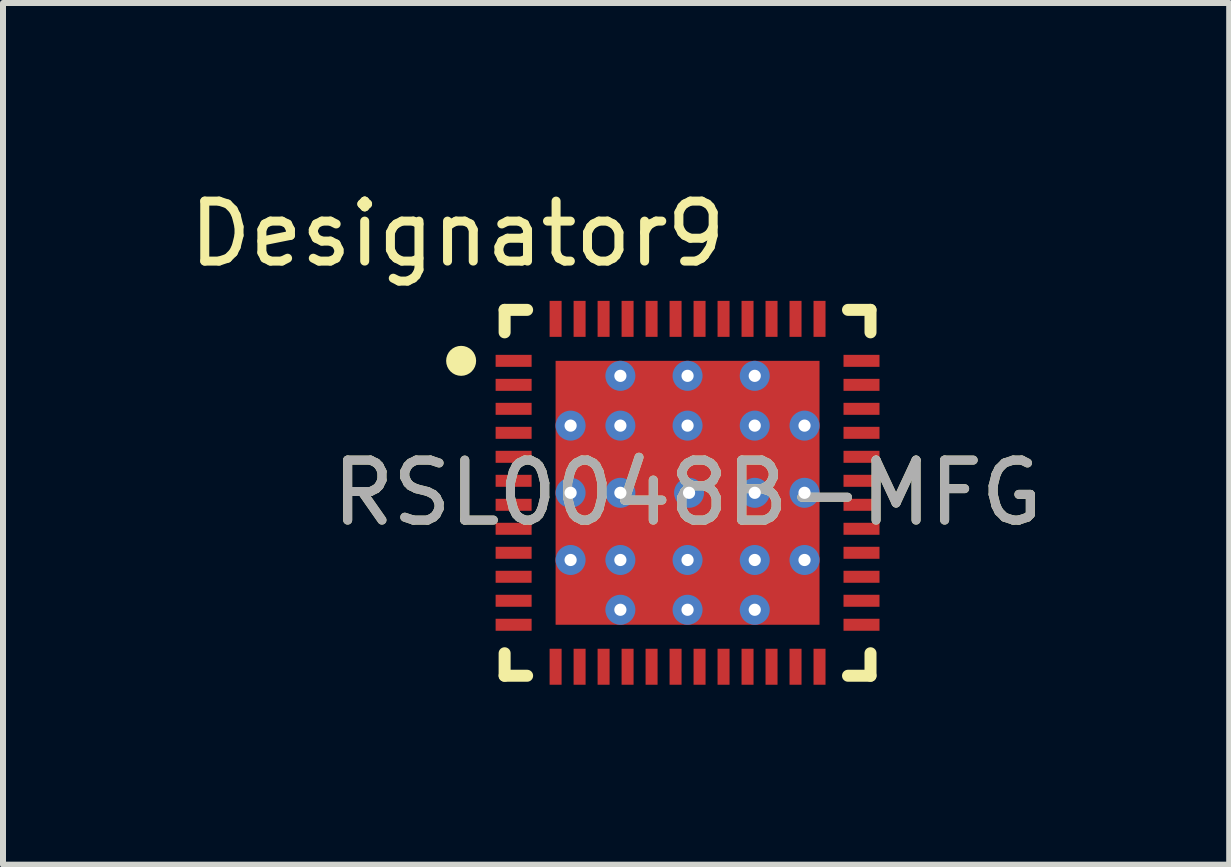
<source format=kicad_pcb>
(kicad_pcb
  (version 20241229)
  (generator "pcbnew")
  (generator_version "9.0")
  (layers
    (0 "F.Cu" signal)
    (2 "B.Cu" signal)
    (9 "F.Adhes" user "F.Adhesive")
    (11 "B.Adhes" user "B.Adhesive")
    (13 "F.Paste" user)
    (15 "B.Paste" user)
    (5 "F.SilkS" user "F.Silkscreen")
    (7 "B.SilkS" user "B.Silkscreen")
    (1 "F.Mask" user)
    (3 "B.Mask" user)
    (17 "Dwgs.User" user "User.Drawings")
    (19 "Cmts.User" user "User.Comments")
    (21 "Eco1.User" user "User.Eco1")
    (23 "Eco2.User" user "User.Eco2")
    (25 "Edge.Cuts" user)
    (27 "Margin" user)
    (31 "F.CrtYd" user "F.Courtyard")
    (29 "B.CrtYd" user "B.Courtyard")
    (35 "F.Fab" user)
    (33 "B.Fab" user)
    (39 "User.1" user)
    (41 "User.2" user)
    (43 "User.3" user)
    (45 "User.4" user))
  (footprint "RSL0048B-MFG"
    (layer "F.Cu")
    (at 8.413 5.166)
    (property "Reference" "RSL0048B-MFG" (at 0 0 0) (unlocked yes) (layer "F.SilkS") (effects (font (size 1 1) (thickness 0.15))))
    (attr smd)
    (fp_line (start -3.05 -3.05) (end -2.675 -3.05) (stroke (width 0.2) (type solid)) (layer "F.SilkS"))
    (fp_line (start -3.05 -2.675) (end -3.05 -3.05) (stroke (width 0.2) (type solid)) (layer "F.SilkS"))
    (fp_line (start -3.05 3.05) (end -3.05 2.675) (stroke (width 0.2) (type solid)) (layer "F.SilkS"))
    (fp_line (start -3.05 3.05) (end -2.675 3.05) (stroke (width 0.2) (type solid)) (layer "F.SilkS"))
    (fp_line (start 2.675 -3.05) (end 3.05 -3.05) (stroke (width 0.2) (type solid)) (layer "F.SilkS"))
    (fp_line (start 2.675 3.05) (end 3.05 3.05) (stroke (width 0.2) (type solid)) (layer "F.SilkS"))
    (fp_line (start 3.05 -2.675) (end 3.05 -3.05) (stroke (width 0.2) (type solid)) (layer "F.SilkS"))
    (fp_line (start 3.05 3.05) (end 3.05 2.675) (stroke (width 0.2) (type solid)) (layer "F.SilkS"))
    (fp_circle (center -3.775 -2.2) (end -3.65 -2.2) (stroke (width 0.25) (type solid)) (fill no) (layer "F.SilkS"))
    (fp_poly (pts (xy -2.09 -0.1) (xy -2.14 -0.15) (xy -2.14 -0.97) (xy -2.09 -1.02) (xy -1.27 -1.02) (xy -1.22 -0.97) (xy -1.22 -0.15) (xy -1.27 -0.1)) (stroke (width 0) (type solid)) (fill yes) (layer "F.Paste"))
    (fp_poly (pts (xy -1.27 -2.14) (xy -1.22 -2.09) (xy -1.22 -1.27) (xy -1.27 -1.22) (xy -2.09 -1.22) (xy -2.14 -1.27) (xy -2.14 -2.09) (xy -2.09 -2.14)) (stroke (width 0) (type solid)) (fill yes) (layer "F.Paste"))
    (fp_poly (pts (xy -1.27 1.02) (xy -2.09 1.02) (xy -2.14 0.97) (xy -2.14 0.15) (xy -2.09 0.1) (xy -1.27 0.1) (xy -1.22 0.15) (xy -1.22 0.97)) (stroke (width 0) (type solid)) (fill yes) (layer "F.Paste"))
    (fp_poly (pts (xy -1.22 1.27) (xy -1.22 2.09) (xy -1.27 2.14) (xy -2.09 2.14) (xy -2.14 2.09) (xy -2.14 1.27) (xy -2.09 1.22) (xy -1.27 1.22)) (stroke (width 0) (type solid)) (fill yes) (layer "F.Paste"))
    (fp_poly (pts (xy -0.15 -2.14) (xy -0.1 -2.09) (xy -0.1 -1.27) (xy -0.15 -1.22) (xy -0.97 -1.22) (xy -1.02 -1.27) (xy -1.02 -2.09) (xy -0.97 -2.14)) (stroke (width 0) (type solid)) (fill yes) (layer "F.Paste"))
    (fp_poly (pts (xy -0.15 1.22) (xy -0.1 1.27) (xy -0.1 2.09) (xy -0.15 2.14) (xy -0.97 2.14) (xy -1.02 2.09) (xy -1.02 1.27) (xy -0.97 1.22)) (stroke (width 0) (type solid)) (fill yes) (layer "F.Paste"))
    (fp_poly (pts (xy -0.1 -0.15) (xy -0.15 -0.1) (xy -0.97 -0.1) (xy -1.02 -0.15) (xy -1.02 -0.97) (xy -0.97 -1.02) (xy -0.15 -1.02) (xy -0.1 -0.97)) (stroke (width 0) (type solid)) (fill yes) (layer "F.Paste"))
    (fp_poly (pts (xy -0.1 0.15) (xy -0.1 0.97) (xy -0.15 1.02) (xy -0.97 1.02) (xy -1.02 0.97) (xy -1.02 0.15) (xy -0.97 0.1) (xy -0.15 0.1)) (stroke (width 0) (type solid)) (fill yes) (layer "F.Paste"))
    (fp_poly (pts (xy 0.15 2.14) (xy 0.1 2.09) (xy 0.1 1.27) (xy 0.15 1.22) (xy 0.97 1.22) (xy 1.02 1.27) (xy 1.02 2.09) (xy 0.97 2.14)) (stroke (width 0) (type solid)) (fill yes) (layer "F.Paste"))
    (fp_poly (pts (xy 0.97 -1.22) (xy 0.15 -1.22) (xy 0.1 -1.27) (xy 0.1 -2.09) (xy 0.15 -2.14) (xy 0.97 -2.14) (xy 1.02 -2.09) (xy 1.02 -1.27)) (stroke (width 0) (type solid)) (fill yes) (layer "F.Paste"))
    (fp_poly (pts (xy 0.97 0.1) (xy 1.02 0.15) (xy 1.02 0.97) (xy 0.97 1.02) (xy 0.15 1.02) (xy 0.1 0.97) (xy 0.1 0.15) (xy 0.15 0.1)) (stroke (width 0) (type solid)) (fill yes) (layer "F.Paste"))
    (fp_poly (pts (xy 1.02 -0.97) (xy 1.02 -0.15) (xy 0.97 -0.1) (xy 0.15 -0.1) (xy 0.1 -0.15) (xy 0.1 -0.97) (xy 0.15 -1.02) (xy 0.97 -1.02)) (stroke (width 0) (type solid)) (fill yes) (layer "F.Paste"))
    (fp_poly (pts (xy 2.09 -1.02) (xy 2.14 -0.97) (xy 2.14 -0.15) (xy 2.09 -0.1) (xy 1.27 -0.1) (xy 1.22 -0.15) (xy 1.22 -0.97) (xy 1.27 -1.02)) (stroke (width 0) (type solid)) (fill yes) (layer "F.Paste"))
    (fp_poly (pts (xy 2.09 0.1) (xy 2.14 0.15) (xy 2.14 0.97) (xy 2.09 1.02) (xy 1.27 1.02) (xy 1.22 0.97) (xy 1.22 0.15) (xy 1.27 0.1)) (stroke (width 0) (type solid)) (fill yes) (layer "F.Paste"))
    (fp_poly (pts (xy 2.14 -2.09) (xy 2.14 -1.27) (xy 2.09 -1.22) (xy 1.27 -1.22) (xy 1.22 -1.27) (xy 1.22 -2.09) (xy 1.27 -2.14) (xy 2.09 -2.14)) (stroke (width 0) (type solid)) (fill yes) (layer "F.Paste"))
    (fp_poly (pts (xy 2.14 2.09) (xy 2.09 2.14) (xy 1.27 2.14) (xy 1.22 2.09) (xy 1.22 1.27) (xy 1.27 1.22) (xy 2.09 1.22) (xy 2.14 1.27)) (stroke (width 0) (type solid)) (fill yes) (layer "F.Paste"))
    (fp_text user "Designator9" (at -3.835 -4.318 0) (unlocked yes) (layer "F.SilkS") (effects (font (size 1 1) (thickness 0.15))))
    (fp_text user "${REFERENCE}" (at 0 0 0) (unlocked yes) (layer "F.Fab") (effects (font (size 1 1) (thickness 0.15))))
    (pad "1" smd rect (at -2.9 -2.2 90) (size 0.2 0.6) (layers "F.Cu" "F.Mask" "F.Paste"))
    (pad "2" smd rect (at -2.9 -1.8 90) (size 0.2 0.6) (layers "F.Cu" "F.Mask" "F.Paste"))
    (pad "3" smd rect (at -2.9 -1.4 90) (size 0.2 0.6) (layers "F.Cu" "F.Mask" "F.Paste"))
    (pad "4" smd rect (at -2.9 -1 90) (size 0.2 0.6) (layers "F.Cu" "F.Mask" "F.Paste"))
    (pad "5" smd rect (at -2.9 -0.6 90) (size 0.2 0.6) (layers "F.Cu" "F.Mask" "F.Paste"))
    (pad "6" smd rect (at -2.9 -0.2 90) (size 0.2 0.6) (layers "F.Cu" "F.Mask" "F.Paste"))
    (pad "7" smd rect (at -2.9 0.2 90) (size 0.2 0.6) (layers "F.Cu" "F.Mask" "F.Paste"))
    (pad "8" smd rect (at -2.9 0.6 90) (size 0.2 0.6) (layers "F.Cu" "F.Mask" "F.Paste"))
    (pad "9" smd rect (at -2.9 1 90) (size 0.2 0.6) (layers "F.Cu" "F.Mask" "F.Paste"))
    (pad "10" smd rect (at -2.9 1.4 90) (size 0.2 0.6) (layers "F.Cu" "F.Mask" "F.Paste"))
    (pad "11" smd rect (at -2.9 1.8 90) (size 0.2 0.6) (layers "F.Cu" "F.Mask" "F.Paste"))
    (pad "12" smd rect (at -2.9 2.2 90) (size 0.2 0.6) (layers "F.Cu" "F.Mask" "F.Paste"))
    (pad "13" smd rect (at -2.2 2.9) (size 0.2 0.6) (layers "F.Cu" "F.Mask" "F.Paste"))
    (pad "14" smd rect (at -1.8 2.9) (size 0.2 0.6) (layers "F.Cu" "F.Mask" "F.Paste"))
    (pad "15" smd rect (at -1.4 2.9) (size 0.2 0.6) (layers "F.Cu" "F.Mask" "F.Paste"))
    (pad "16" smd rect (at -1 2.9) (size 0.2 0.6) (layers "F.Cu" "F.Mask" "F.Paste"))
    (pad "17" smd rect (at -0.6 2.9) (size 0.2 0.6) (layers "F.Cu" "F.Mask" "F.Paste"))
    (pad "18" smd rect (at -0.2 2.9) (size 0.2 0.6) (layers "F.Cu" "F.Mask" "F.Paste"))
    (pad "19" smd rect (at 0.2 2.9) (size 0.2 0.6) (layers "F.Cu" "F.Mask" "F.Paste"))
    (pad "20" smd rect (at 0.6 2.9) (size 0.2 0.6) (layers "F.Cu" "F.Mask" "F.Paste"))
    (pad "21" smd rect (at 1 2.9) (size 0.2 0.6) (layers "F.Cu" "F.Mask" "F.Paste"))
    (pad "22" smd rect (at 1.4 2.9) (size 0.2 0.6) (layers "F.Cu" "F.Mask" "F.Paste"))
    (pad "23" smd rect (at 1.8 2.9) (size 0.2 0.6) (layers "F.Cu" "F.Mask" "F.Paste"))
    (pad "24" smd rect (at 2.2 2.9) (size 0.2 0.6) (layers "F.Cu" "F.Mask" "F.Paste"))
    (pad "25" smd rect (at 2.9 2.2 90) (size 0.2 0.6) (layers "F.Cu" "F.Mask" "F.Paste"))
    (pad "26" smd rect (at 2.9 1.8 90) (size 0.2 0.6) (layers "F.Cu" "F.Mask" "F.Paste"))
    (pad "27" smd rect (at 2.9 1.4 90) (size 0.2 0.6) (layers "F.Cu" "F.Mask" "F.Paste"))
    (pad "28" smd rect (at 2.9 1 90) (size 0.2 0.6) (layers "F.Cu" "F.Mask" "F.Paste"))
    (pad "29" smd rect (at 2.9 0.6 90) (size 0.2 0.6) (layers "F.Cu" "F.Mask" "F.Paste"))
    (pad "30" smd rect (at 2.9 0.2 90) (size 0.2 0.6) (layers "F.Cu" "F.Mask" "F.Paste"))
    (pad "31" smd rect (at 2.9 -0.2 90) (size 0.2 0.6) (layers "F.Cu" "F.Mask" "F.Paste"))
    (pad "32" smd rect (at 2.9 -0.6 90) (size 0.2 0.6) (layers "F.Cu" "F.Mask" "F.Paste"))
    (pad "33" smd rect (at 2.9 -1 90) (size 0.2 0.6) (layers "F.Cu" "F.Mask" "F.Paste"))
    (pad "34" smd rect (at 2.9 -1.4 90) (size 0.2 0.6) (layers "F.Cu" "F.Mask" "F.Paste"))
    (pad "35" smd rect (at 2.9 -1.8 90) (size 0.2 0.6) (layers "F.Cu" "F.Mask" "F.Paste"))
    (pad "36" smd rect (at 2.9 -2.2 90) (size 0.2 0.6) (layers "F.Cu" "F.Mask" "F.Paste"))
    (pad "37" smd rect (at 2.2 -2.9) (size 0.2 0.6) (layers "F.Cu" "F.Mask" "F.Paste"))
    (pad "38" smd rect (at 1.8 -2.9) (size 0.2 0.6) (layers "F.Cu" "F.Mask" "F.Paste"))
    (pad "39" smd rect (at 1.4 -2.9) (size 0.2 0.6) (layers "F.Cu" "F.Mask" "F.Paste"))
    (pad "40" smd rect (at 1 -2.9) (size 0.2 0.6) (layers "F.Cu" "F.Mask" "F.Paste"))
    (pad "41" smd rect (at 0.6 -2.9) (size 0.2 0.6) (layers "F.Cu" "F.Mask" "F.Paste"))
    (pad "42" smd rect (at 0.2 -2.9) (size 0.2 0.6) (layers "F.Cu" "F.Mask" "F.Paste"))
    (pad "43" smd rect (at -0.2 -2.9) (size 0.2 0.6) (layers "F.Cu" "F.Mask" "F.Paste"))
    (pad "44" smd rect (at -0.6 -2.9) (size 0.2 0.6) (layers "F.Cu" "F.Mask" "F.Paste"))
    (pad "45" smd rect (at -1 -2.9) (size 0.2 0.6) (layers "F.Cu" "F.Mask" "F.Paste"))
    (pad "46" smd rect (at -1.4 -2.9) (size 0.2 0.6) (layers "F.Cu" "F.Mask" "F.Paste"))
    (pad "47" smd rect (at -1.8 -2.9) (size 0.2 0.6) (layers "F.Cu" "F.Mask" "F.Paste"))
    (pad "48" smd rect (at -2.2 -2.9) (size 0.2 0.6) (layers "F.Cu" "F.Mask" "F.Paste"))
    (pad "49" smd rect (at 0 0) (size 4.4 4.4) (layers "F.Cu" "F.Mask"))
    (pad "50" thru_hole circle (at 1.12 -1.12) (size 0.5 0.5) (drill 0.203) (layers "*.Cu" "*.Mask"))
    (pad "51" thru_hole circle (at 0 -1.12) (size 0.5 0.5) (drill 0.203) (layers "*.Cu" "*.Mask"))
    (pad "52" thru_hole circle (at -1.12 -1.12) (size 0.5 0.5) (drill 0.203) (layers "*.Cu" "*.Mask"))
    (pad "53" thru_hole circle (at 1.12 0) (size 0.5 0.5) (drill 0.203) (layers "*.Cu" "*.Mask"))
    (pad "54" thru_hole circle (at 0.025 0) (size 0.5 0.5) (drill 0.203) (layers "*.Cu" "*.Mask"))
    (pad "55" thru_hole circle (at -1.12 0) (size 0.5 0.5) (drill 0.203) (layers "*.Cu" "*.Mask"))
    (pad "56" thru_hole circle (at 1.12 1.12) (size 0.5 0.5) (drill 0.203) (layers "*.Cu" "*.Mask"))
    (pad "57" thru_hole circle (at 0 1.12) (size 0.5 0.5) (drill 0.203) (layers "*.Cu" "*.Mask"))
    (pad "58" thru_hole circle (at -1.12 1.12) (size 0.5 0.5) (drill 0.203) (layers "*.Cu" "*.Mask"))
    (pad "59" thru_hole circle (at 1.12 1.95) (size 0.5 0.5) (drill 0.203) (layers "*.Cu" "*.Mask"))
    (pad "60" thru_hole circle (at 0 1.95) (size 0.5 0.5) (drill 0.203) (layers "*.Cu" "*.Mask"))
    (pad "61" thru_hole circle (at -1.12 1.95) (size 0.5 0.5) (drill 0.203) (layers "*.Cu" "*.Mask"))
    (pad "62" thru_hole circle (at 1.12 -1.95) (size 0.5 0.5) (drill 0.203) (layers "*.Cu" "*.Mask"))
    (pad "63" thru_hole circle (at 0 -1.95) (size 0.5 0.5) (drill 0.203) (layers "*.Cu" "*.Mask"))
    (pad "64" thru_hole circle (at -1.12 -1.95) (size 0.5 0.5) (drill 0.203) (layers "*.Cu" "*.Mask"))
    (pad "65" thru_hole circle (at 1.95 1.12) (size 0.5 0.5) (drill 0.203) (layers "*.Cu" "*.Mask"))
    (pad "66" thru_hole circle (at 1.95 0) (size 0.5 0.5) (drill 0.203) (layers "*.Cu" "*.Mask"))
    (pad "67" thru_hole circle (at 1.95 -1.12) (size 0.5 0.5) (drill 0.203) (layers "*.Cu" "*.Mask"))
    (pad "68" thru_hole circle (at -1.95 1.12) (size 0.5 0.5) (drill 0.203) (layers "*.Cu" "*.Mask"))
    (pad "69" thru_hole circle (at -1.95 0) (size 0.5 0.5) (drill 0.203) (layers "*.Cu" "*.Mask"))
    (pad "70" thru_hole circle (at -1.95 -1.12) (size 0.5 0.5) (drill 0.203) (layers "*.Cu" "*.Mask")))
  (gr_rect
    (start -3 -3)
    (end 17.443 11.366)
    (stroke (width 0.1) (type default))
    (fill no)
    (layer "Edge.Cuts")))
</source>
